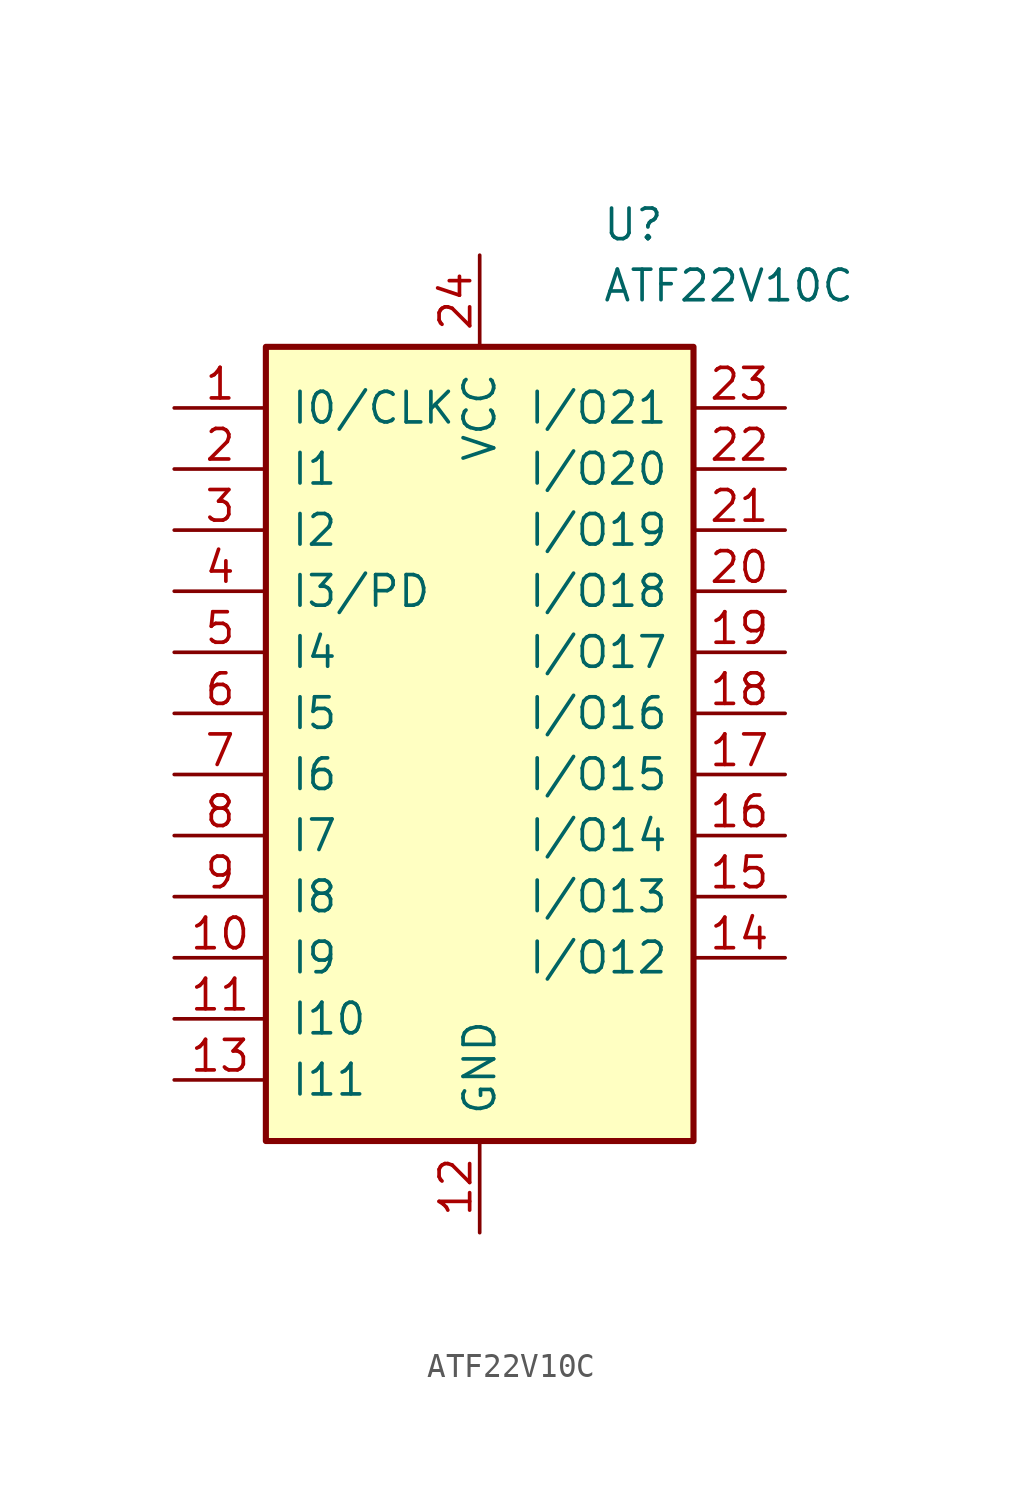
<source format=kicad_sym>
(kicad_symbol_lib
  (version 20231120)
  (generator "kicad_symbol_editor")
  (generator_version "8.0")
  (symbol "ATF22V10C"
    (pin_names
      (offset 1.016))
    (property "Reference" "U"
      (at 5.08 21.59 0)
      (effects (font (size 1.27 1.27)) (justify left)))
    (property "Value" "ATF22V10C"
      (at 5.08 19.05 0)
      (effects (font (size 1.27 1.27)) (justify left)))
    (symbol "ATF22V10C_0_1"
      (rectangle (start -8.89 16.51) (end 8.89 -16.51) (stroke (width 0.254) (type default)) (fill (type background))))
    (symbol "ATF22V10C_1_1"
      (pin input line (at -12.7 13.97 0) (length 3.81) (name "I0/CLK" (effects (font (size 1.27 1.27)))) (number "1" (effects (font (size 1.27 1.27)))))
      (pin input line (at -12.7 -8.89 0) (length 3.81) (name "I9" (effects (font (size 1.27 1.27)))) (number "10" (effects (font (size 1.27 1.27)))))
      (pin input line (at -12.7 -11.43 0) (length 3.81) (name "I10" (effects (font (size 1.27 1.27)))) (number "11" (effects (font (size 1.27 1.27)))))
      (pin power_in line (at 0 -20.32 90) (length 3.81) (name "GND" (effects (font (size 1.27 1.27)))) (number "12" (effects (font (size 1.27 1.27)))))
      (pin input line (at -12.7 -13.97 0) (length 3.81) (name "I11" (effects (font (size 1.27 1.27)))) (number "13" (effects (font (size 1.27 1.27)))))
      (pin output line (at 12.7 -8.89 180) (length 3.81) (name "I/O12" (effects (font (size 1.27 1.27)))) (number "14" (effects (font (size 1.27 1.27)))))
      (pin output line (at 12.7 -6.35 180) (length 3.81) (name "I/O13" (effects (font (size 1.27 1.27)))) (number "15" (effects (font (size 1.27 1.27)))))
      (pin output line (at 12.7 -3.81 180) (length 3.81) (name "I/O14" (effects (font (size 1.27 1.27)))) (number "16" (effects (font (size 1.27 1.27)))))
      (pin output line (at 12.7 -1.27 180) (length 3.81) (name "I/O15" (effects (font (size 1.27 1.27)))) (number "17" (effects (font (size 1.27 1.27)))))
      (pin output line (at 12.7 1.27 180) (length 3.81) (name "I/O16" (effects (font (size 1.27 1.27)))) (number "18" (effects (font (size 1.27 1.27)))))
      (pin output line (at 12.7 3.81 180) (length 3.81) (name "I/O17" (effects (font (size 1.27 1.27)))) (number "19" (effects (font (size 1.27 1.27)))))
      (pin input line (at -12.7 11.43 0) (length 3.81) (name "I1" (effects (font (size 1.27 1.27)))) (number "2" (effects (font (size 1.27 1.27)))))
      (pin output line (at 12.7 6.35 180) (length 3.81) (name "I/O18" (effects (font (size 1.27 1.27)))) (number "20" (effects (font (size 1.27 1.27)))))
      (pin output line (at 12.7 8.89 180) (length 3.81) (name "I/O19" (effects (font (size 1.27 1.27)))) (number "21" (effects (font (size 1.27 1.27)))))
      (pin output line (at 12.7 11.43 180) (length 3.81) (name "I/O20" (effects (font (size 1.27 1.27)))) (number "22" (effects (font (size 1.27 1.27)))))
      (pin output line (at 12.7 13.97 180) (length 3.81) (name "I/O21" (effects (font (size 1.27 1.27)))) (number "23" (effects (font (size 1.27 1.27)))))
      (pin power_in line (at 0 20.32 270) (length 3.81) (name "VCC" (effects (font (size 1.27 1.27)))) (number "24" (effects (font (size 1.27 1.27)))))
      (pin input line (at -12.7 8.89 0) (length 3.81) (name "I2" (effects (font (size 1.27 1.27)))) (number "3" (effects (font (size 1.27 1.27)))))
      (pin input line (at -12.7 6.35 0) (length 3.81) (name "I3/PD" (effects (font (size 1.27 1.27)))) (number "4" (effects (font (size 1.27 1.27)))))
      (pin input line (at -12.7 3.81 0) (length 3.81) (name "I4" (effects (font (size 1.27 1.27)))) (number "5" (effects (font (size 1.27 1.27)))))
      (pin input line (at -12.7 1.27 0) (length 3.81) (name "I5" (effects (font (size 1.27 1.27)))) (number "6" (effects (font (size 1.27 1.27)))))
      (pin input line (at -12.7 -1.27 0) (length 3.81) (name "I6" (effects (font (size 1.27 1.27)))) (number "7" (effects (font (size 1.27 1.27)))))
      (pin input line (at -12.7 -3.81 0) (length 3.81) (name "I7" (effects (font (size 1.27 1.27)))) (number "8" (effects (font (size 1.27 1.27)))))
      (pin input line (at -12.7 -6.35 0) (length 3.81) (name "I8" (effects (font (size 1.27 1.27)))) (number "9" (effects (font (size 1.27 1.27))))))))
</source>
